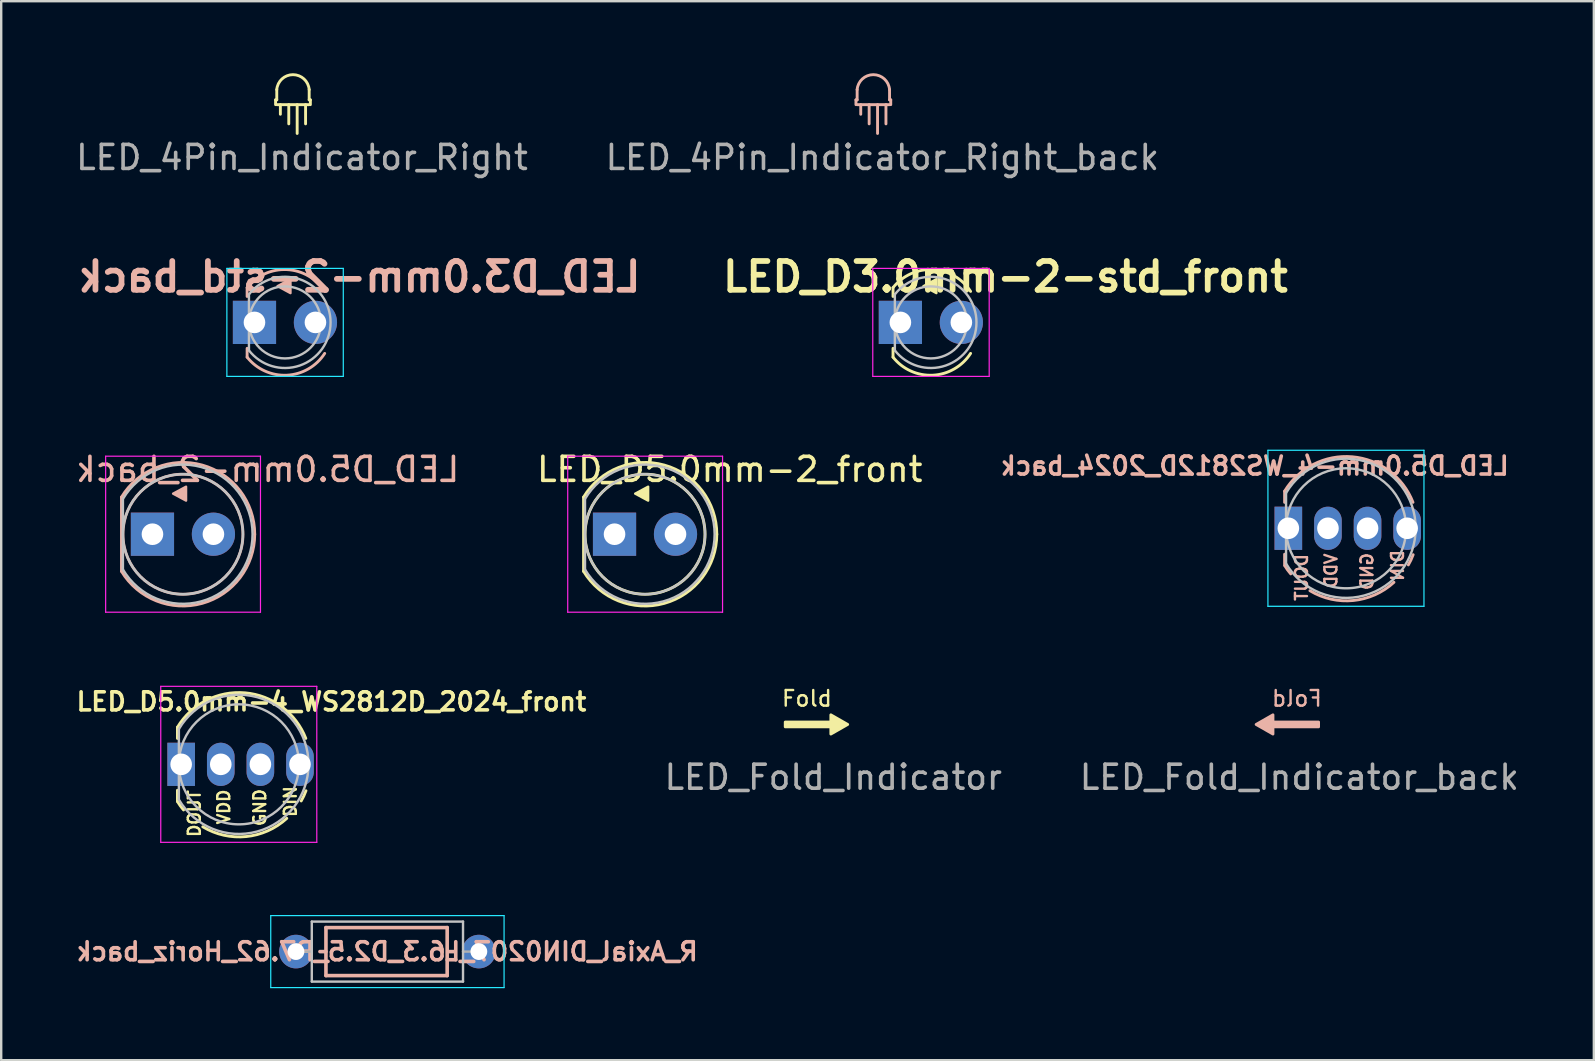
<source format=kicad_pcb>
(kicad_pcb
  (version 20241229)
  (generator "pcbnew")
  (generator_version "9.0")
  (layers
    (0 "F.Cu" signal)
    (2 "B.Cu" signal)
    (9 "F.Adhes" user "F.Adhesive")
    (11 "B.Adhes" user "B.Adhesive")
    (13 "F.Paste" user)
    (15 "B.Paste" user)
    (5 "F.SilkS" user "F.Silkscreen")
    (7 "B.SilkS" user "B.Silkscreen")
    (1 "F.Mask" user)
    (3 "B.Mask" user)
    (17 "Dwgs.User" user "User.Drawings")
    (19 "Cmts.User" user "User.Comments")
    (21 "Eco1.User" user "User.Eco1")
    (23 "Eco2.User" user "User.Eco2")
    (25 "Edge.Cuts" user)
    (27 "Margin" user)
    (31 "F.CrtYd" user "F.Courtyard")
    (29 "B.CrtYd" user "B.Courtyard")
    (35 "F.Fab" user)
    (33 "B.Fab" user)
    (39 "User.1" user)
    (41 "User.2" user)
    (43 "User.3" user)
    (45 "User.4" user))
  (footprint "LED_Fold_Indicator_back"
    (layer "F.Cu")
    (at 50.48 27.13)
    (property "Reference" "LED_Fold_Indicator_back" (at 0.6 2.2 0) (unlocked yes) (layer "F.Fab") (effects (font (size 1 1) (thickness 0.15))))
    (fp_poly (pts (xy 1.4 -0.1) (xy 1.4 0.1) (xy -0.5 0.1) (xy -0.5 0.4) (xy -1.2 0) (xy -0.5 -0.4) (xy -0.5 -0.1)) (stroke (width 0.12) (type solid)) (fill yes) (layer "B.SilkS"))
    (fp_text user "Fold" (at 1.6 -0.7 0) (unlocked yes) (layer "B.SilkS") (effects (font (size 0.65 0.65) (thickness 0.1)) (justify left bottom mirror))))
  (footprint "LED_D5.0mm-4_WS2812D_2024_front"
    (layer "F.Cu")
    (at 4.997 28.792)
    (property "Reference" "LED_D5.0mm-4_WS2812D_2024_front" (at 5.76 -2.61 0) (layer "F.SilkS") (effects (font (size 0.75 0.75) (thickness 0.15))))
    (attr through_hole)
    (fp_line (start -0.655 -1.545) (end -0.655 -1.08) (stroke (width 0.12) (type solid)) (layer "F.SilkS"))
    (fp_line (start -0.655 1.08) (end -0.655 1.545) (stroke (width 0.12) (type solid)) (layer "F.SilkS"))
    (fp_arc (start -0.655 -1.54483) (mid 2.163456 -2.978809) (end 4.692815 -1.080827) (stroke (width 0.12) (type solid)) (layer "F.SilkS"))
    (fp_arc (start -0.4 1.9) (mid -0.529226 1.738476) (end -0.643456 1.566022) (stroke (width 0.12) (type solid)) (layer "F.SilkS"))
    (fp_arc (start 3.9 2.25) (mid 2.20831 3.008106) (end 0.4 2.6) (stroke (width 0.12) (type solid)) (layer "F.SilkS"))
    (fp_arc (start 4.699314 1.1) (mid 4.609764 1.31724) (end 4.5 1.525) (stroke (width 0.12) (type solid)) (layer "F.SilkS"))
    (fp_line (start -0.595 -1.47) (end -0.595 1.47) (stroke (width 0.1) (type solid)) (layer "Dwgs.User"))
    (fp_arc (start -0.595 -1.469694) (mid 4.804998 0.000016) (end -0.595016 1.469666) (stroke (width 0.1) (type solid)) (layer "Dwgs.User"))
    (fp_circle (center 1.905 0) (end 4.405 0) (stroke (width 0.1) (type solid)) (fill no) (layer "Dwgs.User"))
    (fp_line (start -1.35 -3.25) (end -1.35 3.25) (stroke (width 0.05) (type solid)) (layer "F.CrtYd"))
    (fp_line (start -1.35 3.25) (end 5.15 3.25) (stroke (width 0.05) (type solid)) (layer "F.CrtYd"))
    (fp_line (start 5.15 -3.25) (end -1.35 -3.25) (stroke (width 0.05) (type solid)) (layer "F.CrtYd"))
    (fp_line (start 5.15 3.25) (end 5.15 -3.25) (stroke (width 0.05) (type solid)) (layer "F.CrtYd"))
    (fp_text user "DIN" (at 4.05 1.55 90) (layer "F.SilkS") (effects (font (size 0.5 0.5) (thickness 0.1))))
    (fp_text user "GND" (at 2.775 1.8 90) (layer "F.SilkS") (effects (font (size 0.5 0.5) (thickness 0.1))))
    (fp_text user "DOUT" (at 0.05 2.05 90) (layer "F.SilkS") (effects (font (size 0.5 0.5) (thickness 0.1))))
    (fp_text user "VDD" (at 1.275 1.775 90) (layer "F.SilkS") (effects (font (size 0.5 0.5) (thickness 0.1))))
    (pad "1" thru_hole rect (at -0.5 0) (size 1.15 1.8) (drill 0.9) (layers "*.Cu" "*.Mask"))
    (pad "2" thru_hole oval (at 1.15 0) (size 1.15 1.8) (drill 0.9) (layers "*.Cu" "*.Mask"))
    (pad "3" thru_hole oval (at 2.8 0) (size 1.15 1.8) (drill 0.9) (layers "*.Cu" "*.Mask"))
    (pad "4" thru_hole oval (at 4.45 0) (size 1.15 1.8) (drill 0.9) (layers "*.Cu" "*.Mask")))
  (footprint "LED_D5.0mm-2_front"
    (layer "F.Cu")
    (at 22.551 19.205)
    (property "Reference" "LED_D5.0mm-2_front" (at 4.8 -2.7 0) (layer "F.SilkS") (effects (font (size 1 1) (thickness 0.15))))
    (attr through_hole)
    (fp_line (start -1.29 -1.545) (end -1.29 1.545) (stroke (width 0.12) (type solid)) (layer "F.SilkS"))
    (fp_arc (start -1.29 -1.54483) (mid 2.072002 -2.880433) (end 4.26 0.000462) (stroke (width 0.12) (type solid)) (layer "F.SilkS"))
    (fp_arc (start 4.26 -0.000462) (mid 2.072002 2.880433) (end -1.29 1.54483) (stroke (width 0.12) (type solid)) (layer "F.SilkS"))
    (fp_circle (center 1.27 0) (end 3.77 0) (stroke (width 0.12) (type solid)) (fill no) (layer "F.SilkS"))
    (fp_poly (pts (xy 1.4 -1.4) (xy 0.86 -1.69) (xy 1.4 -1.98)) (stroke (width 0.1) (type solid)) (fill yes) (layer "F.SilkS"))
    (fp_line (start -1.23 -1.47) (end -1.23 1.47) (stroke (width 0.1) (type solid)) (layer "Dwgs.User"))
    (fp_arc (start -1.23 -1.469694) (mid 4.169998 0.000016) (end -1.230016 1.469666) (stroke (width 0.1) (type solid)) (layer "Dwgs.User"))
    (fp_circle (center 1.27 0) (end 3.77 0) (stroke (width 0.1) (type solid)) (fill no) (layer "Dwgs.User"))
    (fp_line (start -1.95 -3.25) (end -1.95 3.25) (stroke (width 0.05) (type solid)) (layer "F.CrtYd"))
    (fp_line (start -1.95 3.25) (end 4.5 3.25) (stroke (width 0.05) (type solid)) (layer "F.CrtYd"))
    (fp_line (start 4.5 -3.25) (end -1.95 -3.25) (stroke (width 0.05) (type solid)) (layer "F.CrtYd"))
    (fp_line (start 4.5 3.25) (end 4.5 -3.25) (stroke (width 0.05) (type solid)) (layer "F.CrtYd"))
    (pad "1" thru_hole rect (at 0 0) (size 1.8 1.8) (drill 0.9) (layers "*.Cu" "*.Mask"))
    (pad "2" thru_hole circle (at 2.54 0) (size 1.8 1.8) (drill 0.9) (layers "*.Cu" "*.Mask")))
  (footprint "LED_4Pin_Indicator_Right_back"
    (layer "F.Cu")
    (at 33.308 1.11)
    (property "Reference" "LED_4Pin_Indicator_Right_back" (at 0.4 2.4 0) (unlocked yes) (layer "F.Fab") (effects (font (size 1 1) (thickness 0.15))))
    (fp_line (start -0.7 0) (end -0.65 0) (stroke (width 0.12) (type solid)) (layer "B.SilkS"))
    (fp_line (start -0.7 0.2) (end -0.7 0) (stroke (width 0.12) (type solid)) (layer "B.SilkS"))
    (fp_line (start -0.65 0) (end -0.65 -0.427) (stroke (width 0.12) (type solid)) (layer "B.SilkS"))
    (fp_line (start -0.5 0.2) (end -0.5 0.6) (stroke (width 0.12) (type solid)) (layer "B.SilkS"))
    (fp_line (start -0.15 1) (end -0.15 0.2) (stroke (width 0.12) (type solid)) (layer "B.SilkS"))
    (fp_line (start 0.2 1.4) (end 0.2 0.2) (stroke (width 0.12) (type solid)) (layer "B.SilkS"))
    (fp_line (start 0.55 0.2) (end 0.55 1) (stroke (width 0.12) (type solid)) (layer "B.SilkS"))
    (fp_line (start 0.7 0) (end 0.7 -0.427) (stroke (width 0.12) (type solid)) (layer "B.SilkS"))
    (fp_line (start 0.7 0) (end 0.75 0) (stroke (width 0.12) (type solid)) (layer "B.SilkS"))
    (fp_line (start 0.7 0.2) (end -0.65 0.2) (stroke (width 0.12) (type solid)) (layer "B.SilkS"))
    (fp_line (start 0.75 0.2) (end 0.75 0) (stroke (width 0.12) (type solid)) (layer "B.SilkS"))
    (fp_arc (start -0.65 -0.427128) (mid 0.025 -1.05) (end 0.7 -0.427128) (stroke (width 0.12) (type solid)) (layer "B.SilkS")))
  (footprint "LED_4Pin_Indicator_Right"
    (layer "F.Cu")
    (at 9.13 1.11)
    (property "Reference" "LED_4Pin_Indicator_Right" (at 0.4 2.4 0) (unlocked yes) (layer "F.Fab") (effects (font (size 1 1) (thickness 0.15))))
    (fp_line (start -0.7 0) (end -0.65 0) (stroke (width 0.12) (type solid)) (layer "F.SilkS"))
    (fp_line (start -0.7 0.2) (end -0.7 0) (stroke (width 0.12) (type solid)) (layer "F.SilkS"))
    (fp_line (start -0.65 0) (end -0.65 -0.427) (stroke (width 0.12) (type solid)) (layer "F.SilkS"))
    (fp_line (start -0.5 0.2) (end -0.5 0.6) (stroke (width 0.12) (type solid)) (layer "F.SilkS"))
    (fp_line (start -0.15 1) (end -0.15 0.2) (stroke (width 0.12) (type solid)) (layer "F.SilkS"))
    (fp_line (start 0.2 1.4) (end 0.2 0.2) (stroke (width 0.12) (type solid)) (layer "F.SilkS"))
    (fp_line (start 0.55 0.2) (end 0.55 1) (stroke (width 0.12) (type solid)) (layer "F.SilkS"))
    (fp_line (start 0.7 0) (end 0.7 -0.427) (stroke (width 0.12) (type solid)) (layer "F.SilkS"))
    (fp_line (start 0.7 0) (end 0.75 0) (stroke (width 0.12) (type solid)) (layer "F.SilkS"))
    (fp_line (start 0.7 0.2) (end -0.65 0.2) (stroke (width 0.12) (type solid)) (layer "F.SilkS"))
    (fp_line (start 0.75 0.2) (end 0.75 0) (stroke (width 0.12) (type solid)) (layer "F.SilkS"))
    (fp_arc (start -0.65 -0.427128) (mid 0.025 -1.05) (end 0.7 -0.427128) (stroke (width 0.12) (type solid)) (layer "F.SilkS")))
  (footprint "LED_D5.0mm-2_back"
    (layer "F.Cu")
    (at 3.301 19.205)
    (property "Reference" "LED_D5.0mm-2_back" (at 4.8 -2.7 0) (layer "B.SilkS") (effects (font (size 1 1) (thickness 0.15)) (justify mirror)))
    (attr through_hole)
    (fp_line (start -1.29 -1.545) (end -1.29 1.545) (stroke (width 0.12) (type solid)) (layer "B.SilkS"))
    (fp_arc (start -1.29 -1.54483) (mid 2.072001 -2.880432) (end 4.26 0.000462) (stroke (width 0.12) (type solid)) (layer "B.SilkS"))
    (fp_arc (start 4.26 -0.000462) (mid 2.072002 2.880433) (end -1.29 1.54483) (stroke (width 0.12) (type solid)) (layer "B.SilkS"))
    (fp_circle (center 1.27 0) (end 3.77 0) (stroke (width 0.12) (type solid)) (fill no) (layer "B.SilkS"))
    (fp_poly (pts (xy 1.4 -1.4) (xy 0.86 -1.69) (xy 1.4 -1.98)) (stroke (width 0.1) (type solid)) (fill yes) (layer "B.SilkS"))
    (fp_line (start -1.23 -1.47) (end -1.23 1.47) (stroke (width 0.1) (type solid)) (layer "Dwgs.User"))
    (fp_arc (start -1.23 -1.469694) (mid 4.169998 0.000016) (end -1.230016 1.469666) (stroke (width 0.1) (type solid)) (layer "Dwgs.User"))
    (fp_circle (center 1.27 0) (end 3.77 0) (stroke (width 0.1) (type solid)) (fill no) (layer "Dwgs.User"))
    (fp_line (start -1.95 -3.25) (end -1.95 3.25) (stroke (width 0.05) (type solid)) (layer "F.CrtYd"))
    (fp_line (start -1.95 3.25) (end 4.5 3.25) (stroke (width 0.05) (type solid)) (layer "F.CrtYd"))
    (fp_line (start 4.5 -3.25) (end -1.95 -3.25) (stroke (width 0.05) (type solid)) (layer "F.CrtYd"))
    (fp_line (start 4.5 3.25) (end 4.5 -3.25) (stroke (width 0.05) (type solid)) (layer "F.CrtYd"))
    (pad "1" thru_hole rect (at 0 0) (size 1.8 1.8) (drill 0.9) (layers "*.Cu" "*.Mask"))
    (pad "2" thru_hole circle (at 2.54 0) (size 1.8 1.8) (drill 0.9) (layers "*.Cu" "*.Mask")))
  (footprint "LED_D3.0mm-2-std_back"
    (layer "F.Cu")
    (at 7.551 10.381)
    (property "Reference" "LED_D3.0mm-2-std_back" (at 4.375 -1.9 0) (layer "B.SilkS") (effects (font (size 1.2 1.2) (thickness 0.24)) (justify mirror)))
    (attr through_hole)
    (fp_line (start -0.306 -1.448) (end -0.306 -1.08) (stroke (width 0.12) (type solid)) (layer "B.SilkS"))
    (fp_line (start -0.306 1.08) (end -0.306 1.448) (stroke (width 0.12) (type solid)) (layer "B.SilkS"))
    (fp_arc (start -0.306487 -1.447857) (mid 1.35 -2.199999) (end 2.925848 -1.290949) (stroke (width 0.12) (type solid)) (layer "B.SilkS"))
    (fp_arc (start 2.925848 1.290949) (mid 1.35 2.2) (end -0.306487 1.447857) (stroke (width 0.12) (type solid)) (layer "B.SilkS"))
    (fp_poly (pts (xy 1.5 -1.22) (xy 0.96 -1.51) (xy 1.5 -1.8)) (stroke (width 0.1) (type solid)) (fill yes) (layer "B.SilkS"))
    (fp_line (start -0.23 -1.166) (end -0.23 1.166) (stroke (width 0.1) (type solid)) (layer "Dwgs.User"))
    (fp_arc (start -0.23 -1.16619) (mid 3.169998 0.000452) (end -0.230555 1.165476) (stroke (width 0.1) (type solid)) (layer "Dwgs.User"))
    (fp_circle (center 1.27 0) (end 2.77 0) (stroke (width 0.1) (type solid)) (fill no) (layer "Dwgs.User"))
    (fp_line (start -1.15 -2.25) (end -1.15 2.25) (stroke (width 0.05) (type solid)) (layer "B.CrtYd"))
    (fp_line (start -1.15 2.25) (end 3.7 2.25) (stroke (width 0.05) (type solid)) (layer "B.CrtYd"))
    (fp_line (start 3.7 -2.25) (end -1.15 -2.25) (stroke (width 0.05) (type solid)) (layer "B.CrtYd"))
    (fp_line (start 3.7 2.25) (end 3.7 -2.25) (stroke (width 0.05) (type solid)) (layer "B.CrtYd"))
    (pad "1" thru_hole rect (at 0 0) (size 1.8 1.8) (drill 0.9) (layers "*.Cu" "*.Mask"))
    (pad "2" thru_hole circle (at 2.54 0) (size 1.8 1.8) (drill 0.9) (layers "*.Cu" "*.Mask")))
  (footprint "LED_D5.0mm-4_WS2812D_2024_back"
    (layer "F.Cu")
    (at 51.121 18.958)
    (property "Reference" "LED_D5.0mm-4_WS2812D_2024_back" (at -1.9 -2.6 0) (layer "B.SilkS") (effects (font (size 0.75 0.75) (thickness 0.15)) (justify mirror)))
    (attr through_hole)
    (fp_line (start -0.655 -1.545) (end -0.655 -1.08) (stroke (width 0.12) (type solid)) (layer "B.SilkS"))
    (fp_line (start -0.655 1.08) (end -0.655 1.545) (stroke (width 0.12) (type solid)) (layer "B.SilkS"))
    (fp_arc (start -0.655 -1.54483) (mid 2.163456 -2.978809) (end 4.692815 -1.080827) (stroke (width 0.12) (type solid)) (layer "B.SilkS"))
    (fp_arc (start -0.4 1.9) (mid -0.529226 1.738477) (end -0.643456 1.566022) (stroke (width 0.12) (type solid)) (layer "B.SilkS"))
    (fp_arc (start 3.9 2.25) (mid 2.208311 3.008106) (end 0.4 2.6) (stroke (width 0.12) (type solid)) (layer "B.SilkS"))
    (fp_arc (start 4.699314 1.1) (mid 4.609764 1.31724) (end 4.5 1.525) (stroke (width 0.12) (type solid)) (layer "B.SilkS"))
    (fp_line (start -0.595 -1.47) (end -0.595 1.47) (stroke (width 0.1) (type solid)) (layer "Dwgs.User"))
    (fp_arc (start -0.595 -1.469694) (mid 4.804998 0.000016) (end -0.595016 1.469666) (stroke (width 0.1) (type solid)) (layer "Dwgs.User"))
    (fp_circle (center 1.905 0) (end 4.405 0) (stroke (width 0.1) (type solid)) (fill no) (layer "Dwgs.User"))
    (fp_line (start -1.35 -3.25) (end -1.35 3.25) (stroke (width 0.05) (type solid)) (layer "B.CrtYd"))
    (fp_line (start -1.35 3.25) (end 5.15 3.25) (stroke (width 0.05) (type solid)) (layer "B.CrtYd"))
    (fp_line (start 5.15 -3.25) (end -1.35 -3.25) (stroke (width 0.05) (type solid)) (layer "B.CrtYd"))
    (fp_line (start 5.15 3.25) (end 5.15 -3.25) (stroke (width 0.05) (type solid)) (layer "B.CrtYd"))
    (fp_text user "GND" (at 2.775 1.8 90) (layer "B.SilkS") (effects (font (size 0.5 0.5) (thickness 0.1)) (justify mirror)))
    (fp_text user "DOUT" (at 0.05 2.05 90) (layer "B.SilkS") (effects (font (size 0.5 0.5) (thickness 0.1)) (justify mirror)))
    (fp_text user "VDD" (at 1.275 1.775 90) (layer "B.SilkS") (effects (font (size 0.5 0.5) (thickness 0.1)) (justify mirror)))
    (fp_text user "DIN" (at 4.05 1.55 90) (layer "B.SilkS") (effects (font (size 0.5 0.5) (thickness 0.1)) (justify mirror)))
    (pad "1" thru_hole rect (at -0.5 0) (size 1.15 1.8) (drill 0.9) (layers "*.Cu" "*.Mask"))
    (pad "2" thru_hole oval (at 1.15 0) (size 1.15 1.8) (drill 0.9) (layers "*.Cu" "*.Mask"))
    (pad "3" thru_hole oval (at 2.8 0) (size 1.15 1.8) (drill 0.9) (layers "*.Cu" "*.Mask"))
    (pad "4" thru_hole oval (at 4.45 0) (size 1.15 1.8) (drill 0.9) (layers "*.Cu" "*.Mask")))
  (footprint "LED_D3.0mm-2-std_front"
    (layer "F.Cu")
    (at 34.459 10.381)
    (property "Reference" "LED_D3.0mm-2-std_front" (at 4.375 -1.9 0) (layer "F.SilkS") (effects (font (size 1.2 1.2) (thickness 0.24))))
    (attr through_hole)
    (fp_line (start -0.306 -1.448) (end -0.306 -1.08) (stroke (width 0.12) (type solid)) (layer "F.SilkS"))
    (fp_line (start -0.306 1.08) (end -0.306 1.448) (stroke (width 0.12) (type solid)) (layer "F.SilkS"))
    (fp_arc (start -0.306487 -1.447857) (mid 1.35 -2.2) (end 2.925848 -1.290949) (stroke (width 0.12) (type solid)) (layer "F.SilkS"))
    (fp_arc (start 2.925848 1.290949) (mid 1.35 2.2) (end -0.306487 1.447857) (stroke (width 0.12) (type solid)) (layer "F.SilkS"))
    (fp_poly (pts (xy 1.5 -1.22) (xy 0.96 -1.51) (xy 1.5 -1.8)) (stroke (width 0.1) (type solid)) (fill yes) (layer "F.SilkS"))
    (fp_line (start -0.23 -1.166) (end -0.23 1.166) (stroke (width 0.1) (type solid)) (layer "Dwgs.User"))
    (fp_arc (start -0.23 -1.16619) (mid 3.169998 0.000452) (end -0.230555 1.165476) (stroke (width 0.1) (type solid)) (layer "Dwgs.User"))
    (fp_circle (center 1.27 0) (end 2.77 0) (stroke (width 0.1) (type solid)) (fill no) (layer "Dwgs.User"))
    (fp_line (start -1.15 -2.25) (end -1.15 2.25) (stroke (width 0.05) (type solid)) (layer "F.CrtYd"))
    (fp_line (start -1.15 2.25) (end 3.7 2.25) (stroke (width 0.05) (type solid)) (layer "F.CrtYd"))
    (fp_line (start 3.7 -2.25) (end -1.15 -2.25) (stroke (width 0.05) (type solid)) (layer "F.CrtYd"))
    (fp_line (start 3.7 2.25) (end 3.7 -2.25) (stroke (width 0.05) (type solid)) (layer "F.CrtYd"))
    (pad "1" thru_hole rect (at 0 0) (size 1.8 1.8) (drill 0.9) (layers "*.Cu" "*.Mask"))
    (pad "2" thru_hole circle (at 2.54 0) (size 1.8 1.8) (drill 0.9) (layers "*.Cu" "*.Mask")))
  (footprint "LED_Fold_Indicator"
    (layer "F.Cu")
    (at 31.063 27.13)
    (property "Reference" "LED_Fold_Indicator" (at 0.6 2.2 0) (unlocked yes) (layer "F.Fab") (effects (font (size 1 1) (thickness 0.15))))
    (fp_poly (pts (xy -1.4 -0.1) (xy -1.4 0.1) (xy 0.5 0.1) (xy 0.5 0.4) (xy 1.2 0) (xy 0.5 -0.4) (xy 0.5 -0.1)) (stroke (width 0.12) (type solid)) (fill yes) (layer "F.SilkS"))
    (fp_text user "Fold" (at -1.6 -0.7 0) (unlocked yes) (layer "F.SilkS") (effects (font (size 0.65 0.65) (thickness 0.1)) (justify left bottom))))
  (footprint "R_Axial_DIN0207_L6.3_D2.5_P7.62_Horiz_back"
    (layer "F.Cu")
    (at 9.279 36.592)
    (property "Reference" "R_Axial_DIN0207_L6.3_D2.5_P7.62_Horiz_back" (at 3.8 0 0) (layer "B.SilkS") (effects (font (size 0.75 0.75) (thickness 0.15)) (justify mirror)))
    (attr through_hole)
    (fp_line (start 1.25 -1) (end 6.3 -1) (stroke (width 0.15) (type solid)) (layer "B.SilkS"))
    (fp_line (start 1.25 0) (end 1 0) (stroke (width 0.15) (type solid)) (layer "B.SilkS"))
    (fp_line (start 1.25 1) (end 1.25 -1) (stroke (width 0.15) (type solid)) (layer "B.SilkS"))
    (fp_line (start 6.3 -1) (end 6.3 1) (stroke (width 0.15) (type solid)) (layer "B.SilkS"))
    (fp_line (start 6.3 1) (end 1.25 1) (stroke (width 0.15) (type solid)) (layer "B.SilkS"))
    (fp_line (start 6.35 0) (end 6.6 0) (stroke (width 0.15) (type solid)) (layer "B.SilkS"))
    (fp_line (start 0.66 -1.25) (end 0.66 1.25) (stroke (width 0.1) (type solid)) (layer "Dwgs.User"))
    (fp_line (start 0.66 1.25) (end 6.96 1.25) (stroke (width 0.1) (type solid)) (layer "Dwgs.User"))
    (fp_line (start 6.96 -1.25) (end 0.66 -1.25) (stroke (width 0.1) (type solid)) (layer "Dwgs.User"))
    (fp_line (start 6.96 1.25) (end 6.96 -1.25) (stroke (width 0.1) (type solid)) (layer "Dwgs.User"))
    (fp_line (start -1.05 -1.5) (end -1.05 1.5) (stroke (width 0.05) (type solid)) (layer "B.CrtYd"))
    (fp_line (start -1.05 1.5) (end 8.67 1.5) (stroke (width 0.05) (type solid)) (layer "B.CrtYd"))
    (fp_line (start 8.67 -1.5) (end -1.05 -1.5) (stroke (width 0.05) (type solid)) (layer "B.CrtYd"))
    (fp_line (start 8.67 1.5) (end 8.67 -1.5) (stroke (width 0.05) (type solid)) (layer "B.CrtYd"))
    (fp_line (start 0 0) (end 0.66 0) (stroke (width 0.1) (type solid)) (layer "F.Fab"))
    (fp_line (start 7.62 0) (end 6.96 0) (stroke (width 0.1) (type solid)) (layer "F.Fab"))
    (pad "1" thru_hole circle (at 0 0) (size 1.4 1.4) (drill 0.7) (layers "*.Cu" "*.Mask"))
    (pad "2" thru_hole circle (at 7.62 0) (size 1.4 1.4) (drill 0.7) (layers "*.Cu" "*.Mask")))
  (gr_rect
    (start -3 -3)
    (end 63.348 41.117)
    (stroke (width 0.1) (type default))
    (fill no)
    (layer "Edge.Cuts")))
</source>
